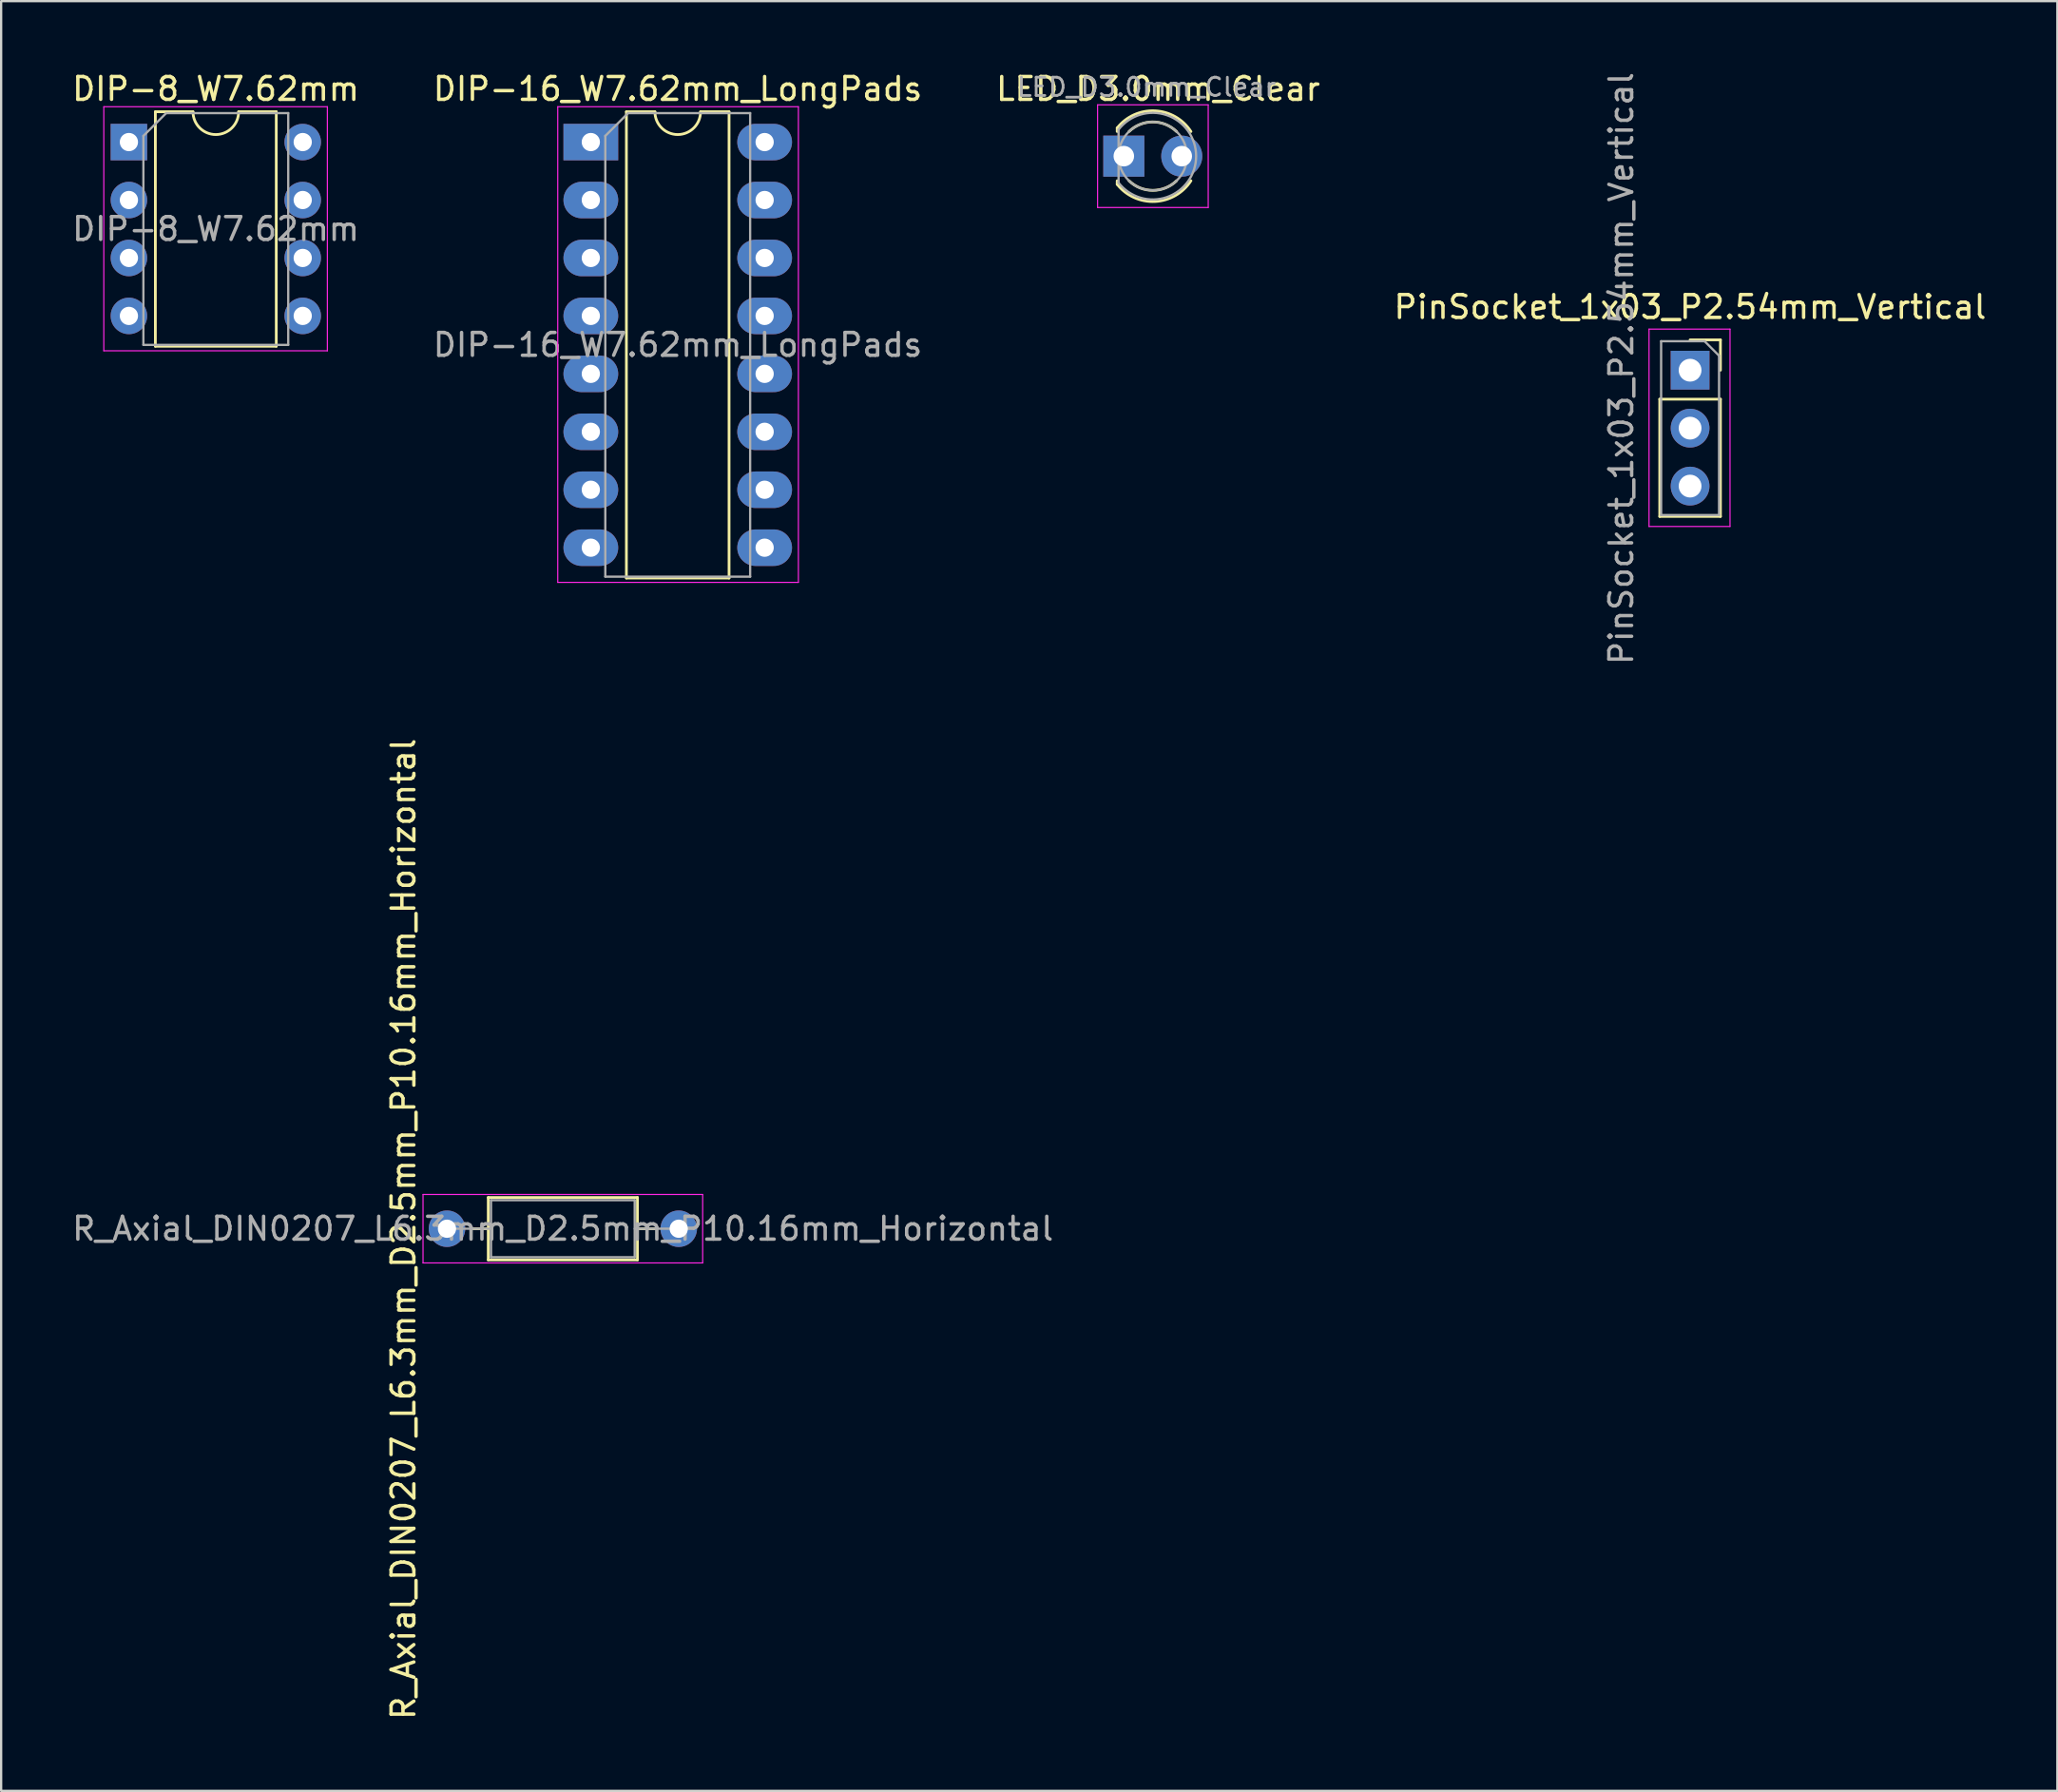
<source format=kicad_pcb>
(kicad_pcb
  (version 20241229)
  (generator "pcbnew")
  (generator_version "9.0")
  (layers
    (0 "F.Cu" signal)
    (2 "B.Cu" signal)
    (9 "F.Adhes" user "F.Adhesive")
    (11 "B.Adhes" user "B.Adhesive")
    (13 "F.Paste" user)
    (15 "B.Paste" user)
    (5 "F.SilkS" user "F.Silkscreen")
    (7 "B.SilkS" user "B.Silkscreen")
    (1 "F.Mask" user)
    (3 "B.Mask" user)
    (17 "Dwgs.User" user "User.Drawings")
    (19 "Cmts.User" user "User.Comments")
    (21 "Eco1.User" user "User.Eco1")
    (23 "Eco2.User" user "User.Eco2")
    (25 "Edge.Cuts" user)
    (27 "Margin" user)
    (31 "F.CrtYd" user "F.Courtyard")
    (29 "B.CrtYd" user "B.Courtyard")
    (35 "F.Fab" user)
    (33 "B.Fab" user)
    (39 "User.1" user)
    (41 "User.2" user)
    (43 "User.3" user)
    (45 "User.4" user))
  (footprint "LED_D3.0mm_Clear"
    (layer "F.Cu")
    (at 46.217 3.795)
    (property "Reference" "LED_D3.0mm_Clear" (at 1.504 -2.946 0) (layer "F.SilkS") (effects (font (size 1 1) (thickness 0.15))))
    (attr through_hole)
    (fp_line (start -0.29 -1.236) (end -0.29 -1.08) (stroke (width 0.12) (type solid)) (layer "F.SilkS"))
    (fp_line (start -0.29 1.08) (end -0.29 1.236) (stroke (width 0.12) (type solid)) (layer "F.SilkS"))
    (fp_arc (start -0.29 -1.235516) (mid 1.366487 -1.987659) (end 2.942335 -1.078608) (stroke (width 0.12) (type solid)) (layer "F.SilkS"))
    (fp_arc (start 0.229039 -1.08) (mid 1.270117 -1.5) (end 2.31113 -1.079837) (stroke (width 0.12) (type solid)) (layer "F.SilkS"))
    (fp_arc (start 2.31113 1.079837) (mid 1.270117 1.5) (end 0.229039 1.08) (stroke (width 0.12) (type solid)) (layer "F.SilkS"))
    (fp_arc (start 2.942335 1.078608) (mid 1.366487 1.987659) (end -0.29 1.235516) (stroke (width 0.12) (type solid)) (layer "F.SilkS"))
    (fp_line (start -1.15 -2.25) (end -1.15 2.25) (stroke (width 0.05) (type solid)) (layer "F.CrtYd"))
    (fp_line (start -1.15 2.25) (end 3.7 2.25) (stroke (width 0.05) (type solid)) (layer "F.CrtYd"))
    (fp_line (start 3.7 -2.25) (end -1.15 -2.25) (stroke (width 0.05) (type solid)) (layer "F.CrtYd"))
    (fp_line (start 3.7 2.25) (end 3.7 -2.25) (stroke (width 0.05) (type solid)) (layer "F.CrtYd"))
    (fp_line (start -0.23 -1.166) (end -0.23 1.166) (stroke (width 0.1) (type solid)) (layer "F.Fab"))
    (fp_arc (start -0.23 -1.16619) (mid 3.17 0.000452) (end -0.230555 1.165476) (stroke (width 0.1) (type solid)) (layer "F.Fab"))
    (fp_circle (center 1.27 0) (end 2.77 0) (stroke (width 0.1) (type solid)) (fill no) (layer "F.Fab"))
    (fp_text user "${REFERENCE}" (at 0.996 -3.025 0) (layer "F.Fab") (effects (font (size 0.8 0.8) (thickness 0.12))))
    (pad "1" thru_hole rect (at 0 0) (size 1.8 1.8) (drill 0.9) (layers "*.Cu" "*.Mask"))
    (pad "2" thru_hole circle (at 2.54 0) (size 1.8 1.8) (drill 0.9) (layers "*.Cu" "*.Mask")))
  (footprint "DIP-16_W7.62mm_LongPads"
    (layer "F.Cu")
    (at 22.851 3.178)
    (property "Reference" "DIP-16_W7.62mm_LongPads" (at 3.81 -2.33 0) (layer "F.SilkS") (effects (font (size 1 1) (thickness 0.15))))
    (attr through_hole)
    (fp_line (start 1.56 -1.33) (end 1.56 19.11) (stroke (width 0.12) (type solid)) (layer "F.SilkS"))
    (fp_line (start 1.56 19.11) (end 6.06 19.11) (stroke (width 0.12) (type solid)) (layer "F.SilkS"))
    (fp_line (start 2.81 -1.33) (end 1.56 -1.33) (stroke (width 0.12) (type solid)) (layer "F.SilkS"))
    (fp_line (start 6.06 -1.33) (end 4.81 -1.33) (stroke (width 0.12) (type solid)) (layer "F.SilkS"))
    (fp_line (start 6.06 19.11) (end 6.06 -1.33) (stroke (width 0.12) (type solid)) (layer "F.SilkS"))
    (fp_arc (start 4.81 -1.33) (mid 3.81 -0.33) (end 2.81 -1.33) (stroke (width 0.12) (type solid)) (layer "F.SilkS"))
    (fp_line (start -1.45 -1.55) (end -1.45 19.3) (stroke (width 0.05) (type solid)) (layer "F.CrtYd"))
    (fp_line (start -1.45 19.3) (end 9.1 19.3) (stroke (width 0.05) (type solid)) (layer "F.CrtYd"))
    (fp_line (start 9.1 -1.55) (end -1.45 -1.55) (stroke (width 0.05) (type solid)) (layer "F.CrtYd"))
    (fp_line (start 9.1 19.3) (end 9.1 -1.55) (stroke (width 0.05) (type solid)) (layer "F.CrtYd"))
    (fp_line (start 0.635 -0.27) (end 1.635 -1.27) (stroke (width 0.1) (type solid)) (layer "F.Fab"))
    (fp_line (start 0.635 19.05) (end 0.635 -0.27) (stroke (width 0.1) (type solid)) (layer "F.Fab"))
    (fp_line (start 1.635 -1.27) (end 6.985 -1.27) (stroke (width 0.1) (type solid)) (layer "F.Fab"))
    (fp_line (start 6.985 -1.27) (end 6.985 19.05) (stroke (width 0.1) (type solid)) (layer "F.Fab"))
    (fp_line (start 6.985 19.05) (end 0.635 19.05) (stroke (width 0.1) (type solid)) (layer "F.Fab"))
    (fp_text user "${REFERENCE}" (at 3.81 8.89 0) (layer "F.Fab") (effects (font (size 1 1) (thickness 0.15))))
    (pad "1" thru_hole rect (at 0 0) (size 2.4 1.6) (drill 0.8) (layers "*.Cu" "*.Mask"))
    (pad "2" thru_hole oval (at 0 2.54) (size 2.4 1.6) (drill 0.8) (layers "*.Cu" "*.Mask"))
    (pad "3" thru_hole oval (at 0 5.08) (size 2.4 1.6) (drill 0.8) (layers "*.Cu" "*.Mask"))
    (pad "4" thru_hole oval (at 0 7.62) (size 2.4 1.6) (drill 0.8) (layers "*.Cu" "*.Mask"))
    (pad "5" thru_hole oval (at 0 10.16) (size 2.4 1.6) (drill 0.8) (layers "*.Cu" "*.Mask"))
    (pad "6" thru_hole oval (at 0 12.7) (size 2.4 1.6) (drill 0.8) (layers "*.Cu" "*.Mask"))
    (pad "7" thru_hole oval (at 0 15.24) (size 2.4 1.6) (drill 0.8) (layers "*.Cu" "*.Mask"))
    (pad "8" thru_hole oval (at 0 17.78) (size 2.4 1.6) (drill 0.8) (layers "*.Cu" "*.Mask"))
    (pad "9" thru_hole oval (at 7.62 17.78) (size 2.4 1.6) (drill 0.8) (layers "*.Cu" "*.Mask"))
    (pad "10" thru_hole oval (at 7.62 15.24) (size 2.4 1.6) (drill 0.8) (layers "*.Cu" "*.Mask"))
    (pad "11" thru_hole oval (at 7.62 12.7) (size 2.4 1.6) (drill 0.8) (layers "*.Cu" "*.Mask"))
    (pad "12" thru_hole oval (at 7.62 10.16) (size 2.4 1.6) (drill 0.8) (layers "*.Cu" "*.Mask"))
    (pad "13" thru_hole oval (at 7.62 7.62) (size 2.4 1.6) (drill 0.8) (layers "*.Cu" "*.Mask"))
    (pad "14" thru_hole oval (at 7.62 5.08) (size 2.4 1.6) (drill 0.8) (layers "*.Cu" "*.Mask"))
    (pad "15" thru_hole oval (at 7.62 2.54) (size 2.4 1.6) (drill 0.8) (layers "*.Cu" "*.Mask"))
    (pad "16" thru_hole oval (at 7.62 0) (size 2.4 1.6) (drill 0.8) (layers "*.Cu" "*.Mask")))
  (footprint "DIP-8_W7.62mm"
    (layer "F.Cu")
    (at 2.601 3.178)
    (property "Reference" "DIP-8_W7.62mm" (at 3.81 -2.33 180) (layer "F.SilkS") (effects (font (size 1 1) (thickness 0.15))))
    (attr through_hole)
    (fp_line (start 1.16 -1.33) (end 1.16 8.95) (stroke (width 0.12) (type solid)) (layer "F.SilkS"))
    (fp_line (start 1.16 8.95) (end 6.46 8.95) (stroke (width 0.12) (type solid)) (layer "F.SilkS"))
    (fp_line (start 2.81 -1.33) (end 1.16 -1.33) (stroke (width 0.12) (type solid)) (layer "F.SilkS"))
    (fp_line (start 6.46 -1.33) (end 4.81 -1.33) (stroke (width 0.12) (type solid)) (layer "F.SilkS"))
    (fp_line (start 6.46 8.95) (end 6.46 -1.33) (stroke (width 0.12) (type solid)) (layer "F.SilkS"))
    (fp_arc (start 4.81 -1.33) (mid 3.81 -0.33) (end 2.81 -1.33) (stroke (width 0.12) (type solid)) (layer "F.SilkS"))
    (fp_line (start -1.1 -1.55) (end -1.1 9.15) (stroke (width 0.05) (type solid)) (layer "F.CrtYd"))
    (fp_line (start -1.1 9.15) (end 8.7 9.15) (stroke (width 0.05) (type solid)) (layer "F.CrtYd"))
    (fp_line (start 8.7 -1.55) (end -1.1 -1.55) (stroke (width 0.05) (type solid)) (layer "F.CrtYd"))
    (fp_line (start 8.7 9.15) (end 8.7 -1.55) (stroke (width 0.05) (type solid)) (layer "F.CrtYd"))
    (fp_line (start 0.635 -0.27) (end 1.635 -1.27) (stroke (width 0.1) (type solid)) (layer "F.Fab"))
    (fp_line (start 0.635 8.89) (end 0.635 -0.27) (stroke (width 0.1) (type solid)) (layer "F.Fab"))
    (fp_line (start 1.635 -1.27) (end 6.985 -1.27) (stroke (width 0.1) (type solid)) (layer "F.Fab"))
    (fp_line (start 6.985 -1.27) (end 6.985 8.89) (stroke (width 0.1) (type solid)) (layer "F.Fab"))
    (fp_line (start 6.985 8.89) (end 0.635 8.89) (stroke (width 0.1) (type solid)) (layer "F.Fab"))
    (fp_text user "${REFERENCE}" (at 3.81 3.81 180) (layer "F.Fab") (effects (font (size 1 1) (thickness 0.15))))
    (pad "1" thru_hole rect (at 0 0) (size 1.6 1.6) (drill 0.8) (layers "*.Cu" "*.Mask"))
    (pad "2" thru_hole oval (at 0 2.54) (size 1.6 1.6) (drill 0.8) (layers "*.Cu" "*.Mask"))
    (pad "3" thru_hole oval (at 0 5.08) (size 1.6 1.6) (drill 0.8) (layers "*.Cu" "*.Mask"))
    (pad "4" thru_hole oval (at 0 7.62) (size 1.6 1.6) (drill 0.8) (layers "*.Cu" "*.Mask"))
    (pad "5" thru_hole oval (at 7.62 7.62) (size 1.6 1.6) (drill 0.8) (layers "*.Cu" "*.Mask"))
    (pad "6" thru_hole oval (at 7.62 5.08) (size 1.6 1.6) (drill 0.8) (layers "*.Cu" "*.Mask"))
    (pad "7" thru_hole oval (at 7.62 2.54) (size 1.6 1.6) (drill 0.8) (layers "*.Cu" "*.Mask"))
    (pad "8" thru_hole oval (at 7.62 0) (size 1.6 1.6) (drill 0.8) (layers "*.Cu" "*.Mask")))
  (footprint "R_Axial_DIN0207_L6.3mm_D2.5mm_P10.16mm_Horizontal"
    (layer "F.Cu")
    (at 16.545 50.811)
    (property "Reference" "R_Axial_DIN0207_L6.3mm_D2.5mm_P10.16mm_Horizontal" (at -1.907 0.016 90) (layer "F.SilkS") (effects (font (size 1 1) (thickness 0.15))))
    (attr through_hole)
    (fp_line (start 1.04 0) (end 1.81 0) (stroke (width 0.12) (type solid)) (layer "F.SilkS"))
    (fp_line (start 1.81 -1.37) (end 1.81 1.37) (stroke (width 0.12) (type solid)) (layer "F.SilkS"))
    (fp_line (start 1.81 1.37) (end 8.35 1.37) (stroke (width 0.12) (type solid)) (layer "F.SilkS"))
    (fp_line (start 8.35 -1.37) (end 1.81 -1.37) (stroke (width 0.12) (type solid)) (layer "F.SilkS"))
    (fp_line (start 8.35 1.37) (end 8.35 -1.37) (stroke (width 0.12) (type solid)) (layer "F.SilkS"))
    (fp_line (start 9.12 0) (end 8.35 0) (stroke (width 0.12) (type solid)) (layer "F.SilkS"))
    (fp_line (start -1.05 -1.5) (end -1.05 1.5) (stroke (width 0.05) (type solid)) (layer "F.CrtYd"))
    (fp_line (start -1.05 1.5) (end 11.21 1.5) (stroke (width 0.05) (type solid)) (layer "F.CrtYd"))
    (fp_line (start 11.21 -1.5) (end -1.05 -1.5) (stroke (width 0.05) (type solid)) (layer "F.CrtYd"))
    (fp_line (start 11.21 1.5) (end 11.21 -1.5) (stroke (width 0.05) (type solid)) (layer "F.CrtYd"))
    (fp_line (start 0 0) (end 1.93 0) (stroke (width 0.1) (type solid)) (layer "F.Fab"))
    (fp_line (start 1.93 -1.25) (end 1.93 1.25) (stroke (width 0.1) (type solid)) (layer "F.Fab"))
    (fp_line (start 1.93 1.25) (end 8.23 1.25) (stroke (width 0.1) (type solid)) (layer "F.Fab"))
    (fp_line (start 8.23 -1.25) (end 1.93 -1.25) (stroke (width 0.1) (type solid)) (layer "F.Fab"))
    (fp_line (start 8.23 1.25) (end 8.23 -1.25) (stroke (width 0.1) (type solid)) (layer "F.Fab"))
    (fp_line (start 10.16 0) (end 8.23 0) (stroke (width 0.1) (type solid)) (layer "F.Fab"))
    (fp_text user "${REFERENCE}" (at 5.08 0 0) (layer "F.Fab") (effects (font (size 1 1) (thickness 0.15))))
    (pad "1" thru_hole circle (at 0 0) (size 1.6 1.6) (drill 0.8) (layers "*.Cu" "*.Mask"))
    (pad "2" thru_hole oval (at 10.16 0) (size 1.6 1.6) (drill 0.8) (layers "*.Cu" "*.Mask")))
  (footprint "PinSocket_1x03_P2.54mm_Vertical"
    (layer "F.Cu")
    (at 71.042 13.178)
    (property "Reference" "PinSocket_1x03_P2.54mm_Vertical" (at 0 -2.77 0) (layer "F.SilkS") (effects (font (size 1 1) (thickness 0.15))))
    (attr through_hole)
    (fp_line (start -1.33 1.27) (end -1.33 6.41) (stroke (width 0.12) (type solid)) (layer "F.SilkS"))
    (fp_line (start -1.33 1.27) (end 1.33 1.27) (stroke (width 0.12) (type solid)) (layer "F.SilkS"))
    (fp_line (start -1.33 6.41) (end 1.33 6.41) (stroke (width 0.12) (type solid)) (layer "F.SilkS"))
    (fp_line (start 0 -1.33) (end 1.33 -1.33) (stroke (width 0.12) (type solid)) (layer "F.SilkS"))
    (fp_line (start 1.33 -1.33) (end 1.33 0) (stroke (width 0.12) (type solid)) (layer "F.SilkS"))
    (fp_line (start 1.33 1.27) (end 1.33 6.41) (stroke (width 0.12) (type solid)) (layer "F.SilkS"))
    (fp_line (start -1.8 -1.8) (end 1.75 -1.8) (stroke (width 0.05) (type solid)) (layer "F.CrtYd"))
    (fp_line (start -1.8 6.85) (end -1.8 -1.8) (stroke (width 0.05) (type solid)) (layer "F.CrtYd"))
    (fp_line (start 1.75 -1.8) (end 1.75 6.85) (stroke (width 0.05) (type solid)) (layer "F.CrtYd"))
    (fp_line (start 1.75 6.85) (end -1.8 6.85) (stroke (width 0.05) (type solid)) (layer "F.CrtYd"))
    (fp_line (start -1.27 -1.27) (end 0.635 -1.27) (stroke (width 0.1) (type solid)) (layer "F.Fab"))
    (fp_line (start -1.27 6.35) (end -1.27 -1.27) (stroke (width 0.1) (type solid)) (layer "F.Fab"))
    (fp_line (start 0.635 -1.27) (end 1.27 -0.635) (stroke (width 0.1) (type solid)) (layer "F.Fab"))
    (fp_line (start 1.27 -0.635) (end 1.27 6.35) (stroke (width 0.1) (type solid)) (layer "F.Fab"))
    (fp_line (start 1.27 6.35) (end -1.27 6.35) (stroke (width 0.1) (type solid)) (layer "F.Fab"))
    (fp_text user "${REFERENCE}" (at -3.017 -0.076 90) (layer "F.Fab") (effects (font (size 1 1) (thickness 0.15))))
    (pad "1" thru_hole rect (at 0 0) (size 1.7 1.7) (drill 1) (layers "*.Cu" "*.Mask"))
    (pad "2" thru_hole oval (at 0 2.54) (size 1.7 1.7) (drill 1) (layers "*.Cu" "*.Mask"))
    (pad "3" thru_hole oval (at 0 5.08) (size 1.7 1.7) (drill 1) (layers "*.Cu" "*.Mask")))
  (gr_rect
    (start -3 -3)
    (end 87.143 75.452)
    (stroke (width 0.1) (type default))
    (fill no)
    (layer "Edge.Cuts")))
</source>
